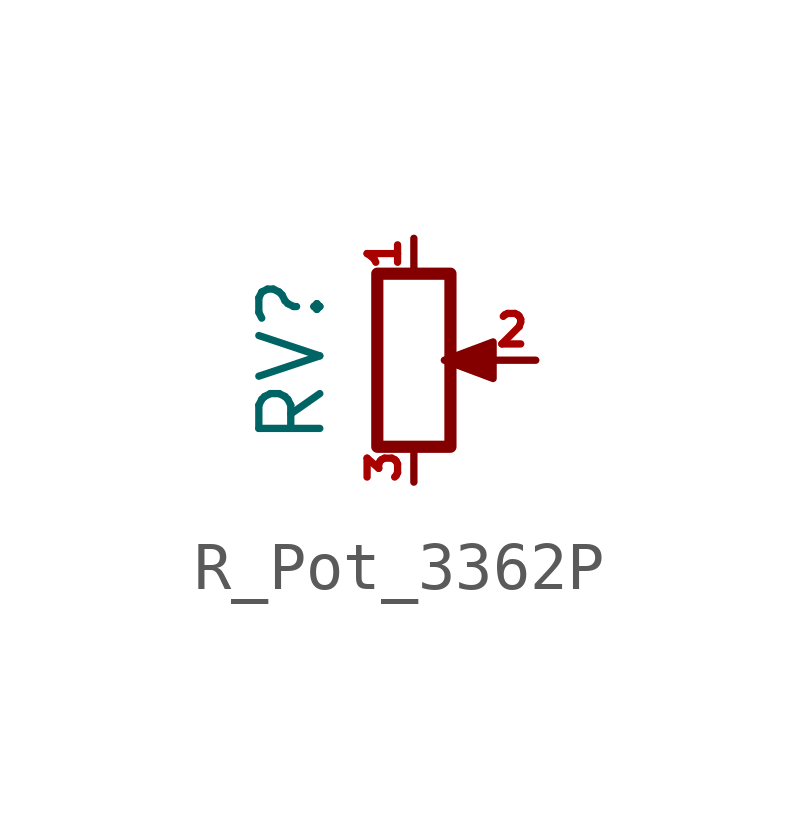
<source format=kicad_sym>
(kicad_symbol_lib
  (version 20220914)
  (generator kicad_symbol_editor)
  (symbol "R_Pot_3362P"
    (pin_names
      (offset 1.016) hide)
    (property "Reference" "RV"
      (at -2.54 0 90)
      (effects (font (size 1.27 1.27))))
    (symbol "R_Pot_3362P_0_1"
      (polyline (pts (xy 0.889 0) (xy 0.635 0) (xy 1.651 0.381) (xy 1.651 -0.381) (xy 0.635 0) (xy 0.889 0)) (stroke (width 0) (type default)) (fill (type outline)))
      (rectangle (start 0.762 1.803) (end -0.762 -1.803) (stroke (width 0.254) (type default)) (fill (type none))))
    (symbol "R_Pot_3362P_1_1"
      (pin passive line (at 0 2.54 270) (length 0.635) (name "1" (effects (font (size 0.635 0.635)))) (number "1" (effects (font (size 0.635 0.635)))))
      (pin passive line (at 2.54 0 180) (length 0.991) (name "2" (effects (font (size 0.635 0.635)))) (number "2" (effects (font (size 0.635 0.635)))))
      (pin passive line (at 0 -2.54 90) (length 0.635) (name "3" (effects (font (size 0.635 0.635)))) (number "3" (effects (font (size 0.635 0.635))))))))
</source>
